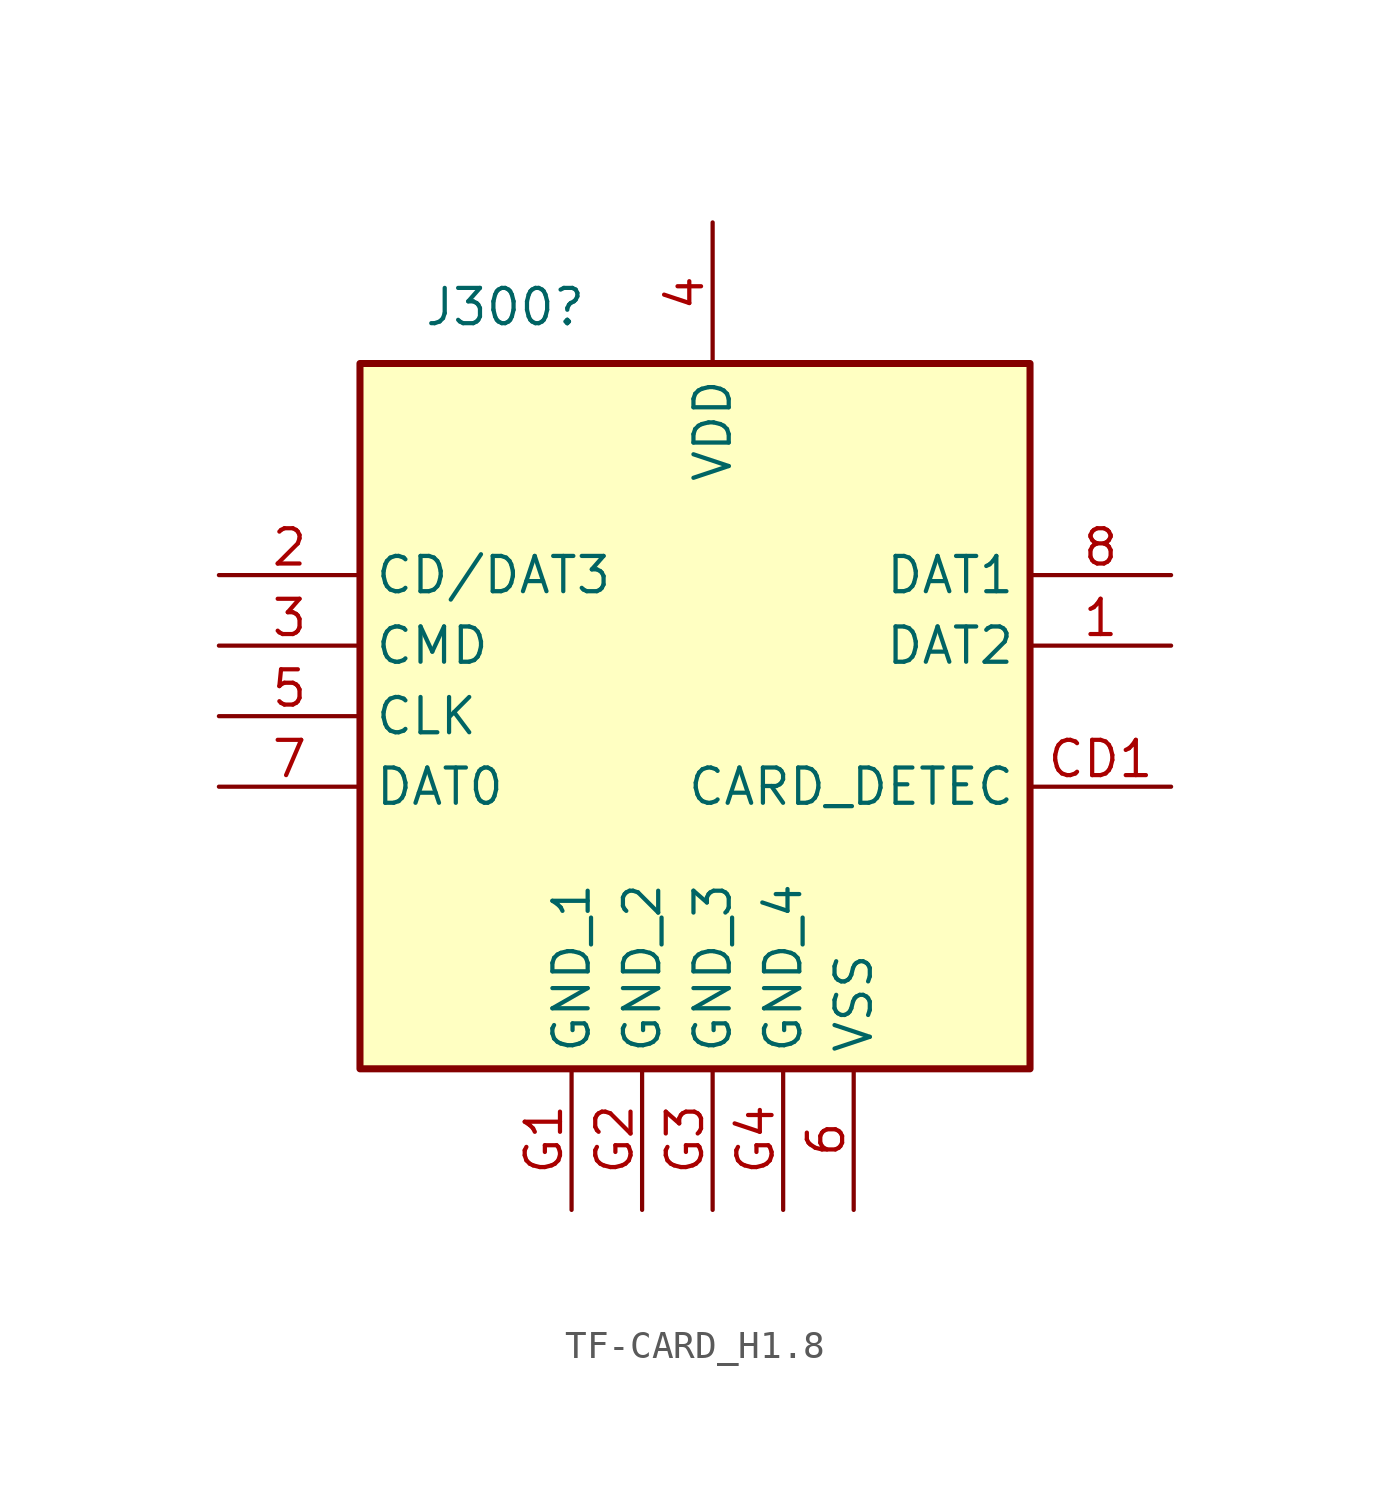
<source format=kicad_sym>
(kicad_symbol_lib
  (version 20241209)
  (generator "kicad_symbol_editor")
  (generator_version "9.0")
  (symbol "TF-CARD_H1.8"
    (property "Reference" "J300"
      (at 7.366 9.652 0)
      (effects (font (size 1.27 1.27)) (justify left)))
    (symbol "TF-CARD_H1.8_1_1"
      (rectangle (start 5.08 7.62) (end 29.21 -17.78) (stroke (width 0.254) (type default)) (fill (type background)))
      (pin passive line (at 0 0 0) (length 5.08) (name "CD/DAT3" (effects (font (size 1.27 1.27)))) (number "2" (effects (font (size 1.27 1.27)))))
      (pin passive line (at 0 -2.54 0) (length 5.08) (name "CMD" (effects (font (size 1.27 1.27)))) (number "3" (effects (font (size 1.27 1.27)))))
      (pin passive line (at 0 -5.08 0) (length 5.08) (name "CLK" (effects (font (size 1.27 1.27)))) (number "5" (effects (font (size 1.27 1.27)))))
      (pin passive line (at 0 -7.62 0) (length 5.08) (name "DAT0" (effects (font (size 1.27 1.27)))) (number "7" (effects (font (size 1.27 1.27)))))
      (pin passive line (at 12.7 -22.86 90) (length 5.08) (name "GND_1" (effects (font (size 1.27 1.27)))) (number "G1" (effects (font (size 1.27 1.27)))))
      (pin passive line (at 15.24 -22.86 90) (length 5.08) (name "GND_2" (effects (font (size 1.27 1.27)))) (number "G2" (effects (font (size 1.27 1.27)))))
      (pin passive line (at 17.78 12.7 270) (length 5.08) (name "VDD" (effects (font (size 1.27 1.27)))) (number "4" (effects (font (size 1.27 1.27)))))
      (pin passive line (at 17.78 -22.86 90) (length 5.08) (name "GND_3" (effects (font (size 1.27 1.27)))) (number "G3" (effects (font (size 1.27 1.27)))))
      (pin passive line (at 20.32 -22.86 90) (length 5.08) (name "GND_4" (effects (font (size 1.27 1.27)))) (number "G4" (effects (font (size 1.27 1.27)))))
      (pin passive line (at 22.86 -22.86 90) (length 5.08) (name "VSS" (effects (font (size 1.27 1.27)))) (number "6" (effects (font (size 1.27 1.27)))))
      (pin passive line (at 34.29 0 180) (length 5.08) (name "DAT1" (effects (font (size 1.27 1.27)))) (number "8" (effects (font (size 1.27 1.27)))))
      (pin passive line (at 34.29 -2.54 180) (length 5.08) (name "DAT2" (effects (font (size 1.27 1.27)))) (number "1" (effects (font (size 1.27 1.27)))))
      (pin passive line (at 34.29 -7.62 180) (length 5.08) (name "CARD_DETEC" (effects (font (size 1.27 1.27)))) (number "CD1" (effects (font (size 1.27 1.27))))))))
</source>
